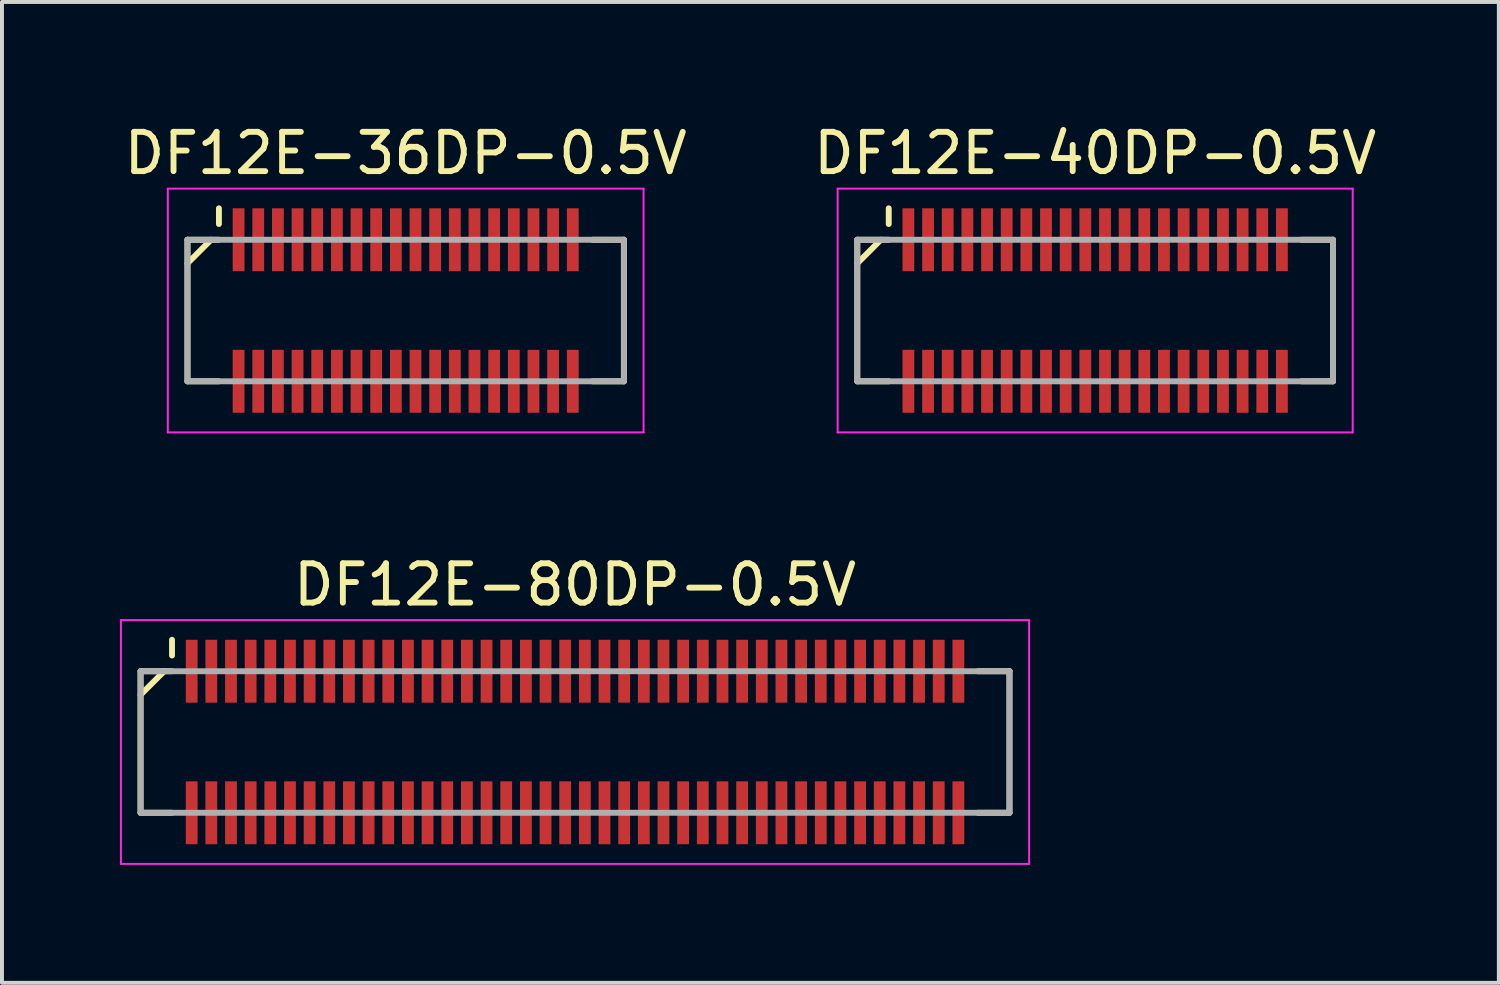
<source format=kicad_pcb>
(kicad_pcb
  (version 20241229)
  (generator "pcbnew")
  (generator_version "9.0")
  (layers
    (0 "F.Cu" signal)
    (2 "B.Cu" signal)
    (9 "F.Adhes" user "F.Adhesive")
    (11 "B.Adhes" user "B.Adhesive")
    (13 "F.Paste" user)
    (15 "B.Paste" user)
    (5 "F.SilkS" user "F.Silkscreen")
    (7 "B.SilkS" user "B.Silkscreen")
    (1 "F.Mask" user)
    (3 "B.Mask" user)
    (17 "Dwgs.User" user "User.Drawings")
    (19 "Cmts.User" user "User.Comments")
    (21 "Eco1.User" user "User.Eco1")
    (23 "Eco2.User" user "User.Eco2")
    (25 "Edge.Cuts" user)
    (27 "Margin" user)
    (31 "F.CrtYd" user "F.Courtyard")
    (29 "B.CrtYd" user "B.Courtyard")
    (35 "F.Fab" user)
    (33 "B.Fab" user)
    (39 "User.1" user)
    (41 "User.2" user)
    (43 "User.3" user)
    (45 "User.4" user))
  (footprint "DF12E-36DP-0.5V"
    (layer "F.Cu")
    (at 7.268 4.848)
    (property "Reference" "DF12E-36DP-0.5V" (at 0 -4 0) (layer "F.SilkS") (effects (font (size 1 1) (thickness 0.15))))
    (attr smd)
    (fp_line (start -5.55 -1.8) (end -5.55 1.8) (stroke (width 0.15) (type solid)) (layer "F.SilkS"))
    (fp_line (start -5.55 -1.8) (end -4.75 -1.8) (stroke (width 0.15) (type solid)) (layer "F.SilkS"))
    (fp_line (start -5.55 1.8) (end -4.75 1.8) (stroke (width 0.15) (type solid)) (layer "F.SilkS"))
    (fp_line (start -4.95 -1.8) (end -5.55 -1.2) (stroke (width 0.15) (type solid)) (layer "F.SilkS"))
    (fp_line (start -4.75 -2.6) (end -4.75 -2.2) (stroke (width 0.15) (type solid)) (layer "F.SilkS"))
    (fp_line (start 4.75 -1.8) (end 5.55 -1.8) (stroke (width 0.15) (type solid)) (layer "F.SilkS"))
    (fp_line (start 4.75 1.8) (end 5.55 1.8) (stroke (width 0.15) (type solid)) (layer "F.SilkS"))
    (fp_line (start 5.55 -1.8) (end 5.55 1.8) (stroke (width 0.15) (type solid)) (layer "F.SilkS"))
    (fp_line (start -6.05 -3.1) (end -6.05 3.1) (stroke (width 0.05) (type solid)) (layer "F.CrtYd"))
    (fp_line (start -6.05 -3.1) (end 6.05 -3.1) (stroke (width 0.05) (type solid)) (layer "F.CrtYd"))
    (fp_line (start -6.05 3.1) (end 6.05 3.1) (stroke (width 0.05) (type solid)) (layer "F.CrtYd"))
    (fp_line (start 6.05 -3.1) (end 6.05 3.1) (stroke (width 0.05) (type solid)) (layer "F.CrtYd"))
    (fp_line (start -5.55 -1.8) (end -5.55 1.8) (stroke (width 0.15) (type solid)) (layer "F.Fab"))
    (fp_line (start -5.55 -1.8) (end 5.55 -1.8) (stroke (width 0.15) (type solid)) (layer "F.Fab"))
    (fp_line (start -5.55 1.8) (end 5.55 1.8) (stroke (width 0.15) (type solid)) (layer "F.Fab"))
    (fp_line (start 5.55 -1.8) (end 5.55 1.8) (stroke (width 0.15) (type solid)) (layer "F.Fab"))
    (pad "1" smd rect (at -4.25 -1.8) (size 0.3 1.6) (layers "F.Cu" "F.Mask" "F.Paste"))
    (pad "2" smd rect (at -4.25 1.8) (size 0.3 1.6) (layers "F.Cu" "F.Mask" "F.Paste"))
    (pad "3" smd rect (at -3.75 -1.8) (size 0.3 1.6) (layers "F.Cu" "F.Mask" "F.Paste"))
    (pad "4" smd rect (at -3.75 1.8) (size 0.3 1.6) (layers "F.Cu" "F.Mask" "F.Paste"))
    (pad "5" smd rect (at -3.25 -1.8) (size 0.3 1.6) (layers "F.Cu" "F.Mask" "F.Paste"))
    (pad "6" smd rect (at -3.25 1.8) (size 0.3 1.6) (layers "F.Cu" "F.Mask" "F.Paste"))
    (pad "7" smd rect (at -2.75 -1.8) (size 0.3 1.6) (layers "F.Cu" "F.Mask" "F.Paste"))
    (pad "8" smd rect (at -2.75 1.8) (size 0.3 1.6) (layers "F.Cu" "F.Mask" "F.Paste"))
    (pad "9" smd rect (at -2.25 -1.8) (size 0.3 1.6) (layers "F.Cu" "F.Mask" "F.Paste"))
    (pad "10" smd rect (at -2.25 1.8) (size 0.3 1.6) (layers "F.Cu" "F.Mask" "F.Paste"))
    (pad "11" smd rect (at -1.75 -1.8) (size 0.3 1.6) (layers "F.Cu" "F.Mask" "F.Paste"))
    (pad "12" smd rect (at -1.75 1.8) (size 0.3 1.6) (layers "F.Cu" "F.Mask" "F.Paste"))
    (pad "13" smd rect (at -1.25 -1.8) (size 0.3 1.6) (layers "F.Cu" "F.Mask" "F.Paste"))
    (pad "14" smd rect (at -1.25 1.8) (size 0.3 1.6) (layers "F.Cu" "F.Mask" "F.Paste"))
    (pad "15" smd rect (at -0.75 -1.8) (size 0.3 1.6) (layers "F.Cu" "F.Mask" "F.Paste"))
    (pad "16" smd rect (at -0.75 1.8) (size 0.3 1.6) (layers "F.Cu" "F.Mask" "F.Paste"))
    (pad "17" smd rect (at -0.25 -1.8) (size 0.3 1.6) (layers "F.Cu" "F.Mask" "F.Paste"))
    (pad "18" smd rect (at -0.25 1.8) (size 0.3 1.6) (layers "F.Cu" "F.Mask" "F.Paste"))
    (pad "19" smd rect (at 0.25 -1.8) (size 0.3 1.6) (layers "F.Cu" "F.Mask" "F.Paste"))
    (pad "20" smd rect (at 0.25 1.8) (size 0.3 1.6) (layers "F.Cu" "F.Mask" "F.Paste"))
    (pad "21" smd rect (at 0.75 -1.8) (size 0.3 1.6) (layers "F.Cu" "F.Mask" "F.Paste"))
    (pad "22" smd rect (at 0.75 1.8) (size 0.3 1.6) (layers "F.Cu" "F.Mask" "F.Paste"))
    (pad "23" smd rect (at 1.25 -1.8) (size 0.3 1.6) (layers "F.Cu" "F.Mask" "F.Paste"))
    (pad "24" smd rect (at 1.25 1.8) (size 0.3 1.6) (layers "F.Cu" "F.Mask" "F.Paste"))
    (pad "25" smd rect (at 1.75 -1.8) (size 0.3 1.6) (layers "F.Cu" "F.Mask" "F.Paste"))
    (pad "26" smd rect (at 1.75 1.8) (size 0.3 1.6) (layers "F.Cu" "F.Mask" "F.Paste"))
    (pad "27" smd rect (at 2.25 -1.8) (size 0.3 1.6) (layers "F.Cu" "F.Mask" "F.Paste"))
    (pad "28" smd rect (at 2.25 1.8) (size 0.3 1.6) (layers "F.Cu" "F.Mask" "F.Paste"))
    (pad "29" smd rect (at 2.75 -1.8) (size 0.3 1.6) (layers "F.Cu" "F.Mask" "F.Paste"))
    (pad "30" smd rect (at 2.75 1.8) (size 0.3 1.6) (layers "F.Cu" "F.Mask" "F.Paste"))
    (pad "31" smd rect (at 3.25 -1.8) (size 0.3 1.6) (layers "F.Cu" "F.Mask" "F.Paste"))
    (pad "32" smd rect (at 3.25 1.8) (size 0.3 1.6) (layers "F.Cu" "F.Mask" "F.Paste"))
    (pad "33" smd rect (at 3.75 -1.8) (size 0.3 1.6) (layers "F.Cu" "F.Mask" "F.Paste"))
    (pad "34" smd rect (at 3.75 1.8) (size 0.3 1.6) (layers "F.Cu" "F.Mask" "F.Paste"))
    (pad "35" smd rect (at 4.25 -1.8) (size 0.3 1.6) (layers "F.Cu" "F.Mask" "F.Paste"))
    (pad "36" smd rect (at 4.25 1.8) (size 0.3 1.6) (layers "F.Cu" "F.Mask" "F.Paste")))
  (footprint "DF12E-40DP-0.5V"
    (layer "F.Cu")
    (at 24.804 4.848)
    (property "Reference" "DF12E-40DP-0.5V" (at 0 -4 0) (layer "F.SilkS") (effects (font (size 1 1) (thickness 0.15))))
    (attr smd)
    (fp_line (start -6.05 -1.8) (end -6.05 1.8) (stroke (width 0.15) (type solid)) (layer "F.SilkS"))
    (fp_line (start -6.05 -1.8) (end -5.25 -1.8) (stroke (width 0.15) (type solid)) (layer "F.SilkS"))
    (fp_line (start -6.05 1.8) (end -5.25 1.8) (stroke (width 0.15) (type solid)) (layer "F.SilkS"))
    (fp_line (start -5.45 -1.8) (end -6.05 -1.2) (stroke (width 0.15) (type solid)) (layer "F.SilkS"))
    (fp_line (start -5.25 -2.6) (end -5.25 -2.2) (stroke (width 0.15) (type solid)) (layer "F.SilkS"))
    (fp_line (start 5.25 -1.8) (end 6.05 -1.8) (stroke (width 0.15) (type solid)) (layer "F.SilkS"))
    (fp_line (start 5.25 1.8) (end 6.05 1.8) (stroke (width 0.15) (type solid)) (layer "F.SilkS"))
    (fp_line (start 6.05 -1.8) (end 6.05 1.8) (stroke (width 0.15) (type solid)) (layer "F.SilkS"))
    (fp_line (start -6.55 -3.1) (end -6.55 3.1) (stroke (width 0.05) (type solid)) (layer "F.CrtYd"))
    (fp_line (start -6.55 -3.1) (end 6.55 -3.1) (stroke (width 0.05) (type solid)) (layer "F.CrtYd"))
    (fp_line (start -6.55 3.1) (end 6.55 3.1) (stroke (width 0.05) (type solid)) (layer "F.CrtYd"))
    (fp_line (start 6.55 -3.1) (end 6.55 3.1) (stroke (width 0.05) (type solid)) (layer "F.CrtYd"))
    (fp_line (start -6.05 -1.8) (end -6.05 1.8) (stroke (width 0.15) (type solid)) (layer "F.Fab"))
    (fp_line (start -6.05 -1.8) (end 6.05 -1.8) (stroke (width 0.15) (type solid)) (layer "F.Fab"))
    (fp_line (start -6.05 1.8) (end 6.05 1.8) (stroke (width 0.15) (type solid)) (layer "F.Fab"))
    (fp_line (start 6.05 -1.8) (end 6.05 1.8) (stroke (width 0.15) (type solid)) (layer "F.Fab"))
    (pad "1" smd rect (at -4.75 -1.8) (size 0.3 1.6) (layers "F.Cu" "F.Mask" "F.Paste"))
    (pad "2" smd rect (at -4.75 1.8) (size 0.3 1.6) (layers "F.Cu" "F.Mask" "F.Paste"))
    (pad "3" smd rect (at -4.25 -1.8) (size 0.3 1.6) (layers "F.Cu" "F.Mask" "F.Paste"))
    (pad "4" smd rect (at -4.25 1.8) (size 0.3 1.6) (layers "F.Cu" "F.Mask" "F.Paste"))
    (pad "5" smd rect (at -3.75 -1.8) (size 0.3 1.6) (layers "F.Cu" "F.Mask" "F.Paste"))
    (pad "6" smd rect (at -3.75 1.8) (size 0.3 1.6) (layers "F.Cu" "F.Mask" "F.Paste"))
    (pad "7" smd rect (at -3.25 -1.8) (size 0.3 1.6) (layers "F.Cu" "F.Mask" "F.Paste"))
    (pad "8" smd rect (at -3.25 1.8) (size 0.3 1.6) (layers "F.Cu" "F.Mask" "F.Paste"))
    (pad "9" smd rect (at -2.75 -1.8) (size 0.3 1.6) (layers "F.Cu" "F.Mask" "F.Paste"))
    (pad "10" smd rect (at -2.75 1.8) (size 0.3 1.6) (layers "F.Cu" "F.Mask" "F.Paste"))
    (pad "11" smd rect (at -2.25 -1.8) (size 0.3 1.6) (layers "F.Cu" "F.Mask" "F.Paste"))
    (pad "12" smd rect (at -2.25 1.8) (size 0.3 1.6) (layers "F.Cu" "F.Mask" "F.Paste"))
    (pad "13" smd rect (at -1.75 -1.8) (size 0.3 1.6) (layers "F.Cu" "F.Mask" "F.Paste"))
    (pad "14" smd rect (at -1.75 1.8) (size 0.3 1.6) (layers "F.Cu" "F.Mask" "F.Paste"))
    (pad "15" smd rect (at -1.25 -1.8) (size 0.3 1.6) (layers "F.Cu" "F.Mask" "F.Paste"))
    (pad "16" smd rect (at -1.25 1.8) (size 0.3 1.6) (layers "F.Cu" "F.Mask" "F.Paste"))
    (pad "17" smd rect (at -0.75 -1.8) (size 0.3 1.6) (layers "F.Cu" "F.Mask" "F.Paste"))
    (pad "18" smd rect (at -0.75 1.8) (size 0.3 1.6) (layers "F.Cu" "F.Mask" "F.Paste"))
    (pad "19" smd rect (at -0.25 -1.8) (size 0.3 1.6) (layers "F.Cu" "F.Mask" "F.Paste"))
    (pad "20" smd rect (at -0.25 1.8) (size 0.3 1.6) (layers "F.Cu" "F.Mask" "F.Paste"))
    (pad "21" smd rect (at 0.25 -1.8) (size 0.3 1.6) (layers "F.Cu" "F.Mask" "F.Paste"))
    (pad "22" smd rect (at 0.25 1.8) (size 0.3 1.6) (layers "F.Cu" "F.Mask" "F.Paste"))
    (pad "23" smd rect (at 0.75 -1.8) (size 0.3 1.6) (layers "F.Cu" "F.Mask" "F.Paste"))
    (pad "24" smd rect (at 0.75 1.8) (size 0.3 1.6) (layers "F.Cu" "F.Mask" "F.Paste"))
    (pad "25" smd rect (at 1.25 -1.8) (size 0.3 1.6) (layers "F.Cu" "F.Mask" "F.Paste"))
    (pad "26" smd rect (at 1.25 1.8) (size 0.3 1.6) (layers "F.Cu" "F.Mask" "F.Paste"))
    (pad "27" smd rect (at 1.75 -1.8) (size 0.3 1.6) (layers "F.Cu" "F.Mask" "F.Paste"))
    (pad "28" smd rect (at 1.75 1.8) (size 0.3 1.6) (layers "F.Cu" "F.Mask" "F.Paste"))
    (pad "29" smd rect (at 2.25 -1.8) (size 0.3 1.6) (layers "F.Cu" "F.Mask" "F.Paste"))
    (pad "30" smd rect (at 2.25 1.8) (size 0.3 1.6) (layers "F.Cu" "F.Mask" "F.Paste"))
    (pad "31" smd rect (at 2.75 -1.8) (size 0.3 1.6) (layers "F.Cu" "F.Mask" "F.Paste"))
    (pad "32" smd rect (at 2.75 1.8) (size 0.3 1.6) (layers "F.Cu" "F.Mask" "F.Paste"))
    (pad "33" smd rect (at 3.25 -1.8) (size 0.3 1.6) (layers "F.Cu" "F.Mask" "F.Paste"))
    (pad "34" smd rect (at 3.25 1.8) (size 0.3 1.6) (layers "F.Cu" "F.Mask" "F.Paste"))
    (pad "35" smd rect (at 3.75 -1.8) (size 0.3 1.6) (layers "F.Cu" "F.Mask" "F.Paste"))
    (pad "36" smd rect (at 3.75 1.8) (size 0.3 1.6) (layers "F.Cu" "F.Mask" "F.Paste"))
    (pad "37" smd rect (at 4.25 -1.8) (size 0.3 1.6) (layers "F.Cu" "F.Mask" "F.Paste"))
    (pad "38" smd rect (at 4.25 1.8) (size 0.3 1.6) (layers "F.Cu" "F.Mask" "F.Paste"))
    (pad "39" smd rect (at 4.75 -1.8) (size 0.3 1.6) (layers "F.Cu" "F.Mask" "F.Paste"))
    (pad "40" smd rect (at 4.75 1.8) (size 0.3 1.6) (layers "F.Cu" "F.Mask" "F.Paste")))
  (footprint "DF12E-80DP-0.5V"
    (layer "F.Cu")
    (at 11.575 15.822)
    (property "Reference" "DF12E-80DP-0.5V" (at 0 -4 0) (layer "F.SilkS") (effects (font (size 1 1) (thickness 0.15))))
    (attr smd)
    (fp_line (start -11.05 -1.8) (end -11.05 1.8) (stroke (width 0.15) (type solid)) (layer "F.SilkS"))
    (fp_line (start -11.05 -1.8) (end -10.25 -1.8) (stroke (width 0.15) (type solid)) (layer "F.SilkS"))
    (fp_line (start -11.05 1.8) (end -10.25 1.8) (stroke (width 0.15) (type solid)) (layer "F.SilkS"))
    (fp_line (start -10.45 -1.8) (end -11.05 -1.2) (stroke (width 0.15) (type solid)) (layer "F.SilkS"))
    (fp_line (start -10.25 -2.6) (end -10.25 -2.2) (stroke (width 0.15) (type solid)) (layer "F.SilkS"))
    (fp_line (start 10.25 -1.8) (end 11.05 -1.8) (stroke (width 0.15) (type solid)) (layer "F.SilkS"))
    (fp_line (start 10.25 1.8) (end 11.05 1.8) (stroke (width 0.15) (type solid)) (layer "F.SilkS"))
    (fp_line (start 11.05 -1.8) (end 11.05 1.8) (stroke (width 0.15) (type solid)) (layer "F.SilkS"))
    (fp_line (start -11.55 -3.1) (end -11.55 3.1) (stroke (width 0.05) (type solid)) (layer "F.CrtYd"))
    (fp_line (start -11.55 -3.1) (end 11.55 -3.1) (stroke (width 0.05) (type solid)) (layer "F.CrtYd"))
    (fp_line (start -11.55 3.1) (end 11.55 3.1) (stroke (width 0.05) (type solid)) (layer "F.CrtYd"))
    (fp_line (start 11.55 -3.1) (end 11.55 3.1) (stroke (width 0.05) (type solid)) (layer "F.CrtYd"))
    (fp_line (start -11.05 -1.8) (end -11.05 1.8) (stroke (width 0.15) (type solid)) (layer "F.Fab"))
    (fp_line (start -11.05 -1.8) (end 11.05 -1.8) (stroke (width 0.15) (type solid)) (layer "F.Fab"))
    (fp_line (start -11.05 1.8) (end 11.05 1.8) (stroke (width 0.15) (type solid)) (layer "F.Fab"))
    (fp_line (start 11.05 -1.8) (end 11.05 1.8) (stroke (width 0.15) (type solid)) (layer "F.Fab"))
    (pad "1" smd rect (at -9.75 -1.8) (size 0.3 1.6) (layers "F.Cu" "F.Mask" "F.Paste"))
    (pad "2" smd rect (at -9.75 1.8) (size 0.3 1.6) (layers "F.Cu" "F.Mask" "F.Paste"))
    (pad "3" smd rect (at -9.25 -1.8) (size 0.3 1.6) (layers "F.Cu" "F.Mask" "F.Paste"))
    (pad "4" smd rect (at -9.25 1.8) (size 0.3 1.6) (layers "F.Cu" "F.Mask" "F.Paste"))
    (pad "5" smd rect (at -8.75 -1.8) (size 0.3 1.6) (layers "F.Cu" "F.Mask" "F.Paste"))
    (pad "6" smd rect (at -8.75 1.8) (size 0.3 1.6) (layers "F.Cu" "F.Mask" "F.Paste"))
    (pad "7" smd rect (at -8.25 -1.8) (size 0.3 1.6) (layers "F.Cu" "F.Mask" "F.Paste"))
    (pad "8" smd rect (at -8.25 1.8) (size 0.3 1.6) (layers "F.Cu" "F.Mask" "F.Paste"))
    (pad "9" smd rect (at -7.75 -1.8) (size 0.3 1.6) (layers "F.Cu" "F.Mask" "F.Paste"))
    (pad "10" smd rect (at -7.75 1.8) (size 0.3 1.6) (layers "F.Cu" "F.Mask" "F.Paste"))
    (pad "11" smd rect (at -7.25 -1.8) (size 0.3 1.6) (layers "F.Cu" "F.Mask" "F.Paste"))
    (pad "12" smd rect (at -7.25 1.8) (size 0.3 1.6) (layers "F.Cu" "F.Mask" "F.Paste"))
    (pad "13" smd rect (at -6.75 -1.8) (size 0.3 1.6) (layers "F.Cu" "F.Mask" "F.Paste"))
    (pad "14" smd rect (at -6.75 1.8) (size 0.3 1.6) (layers "F.Cu" "F.Mask" "F.Paste"))
    (pad "15" smd rect (at -6.25 -1.8) (size 0.3 1.6) (layers "F.Cu" "F.Mask" "F.Paste"))
    (pad "16" smd rect (at -6.25 1.8) (size 0.3 1.6) (layers "F.Cu" "F.Mask" "F.Paste"))
    (pad "17" smd rect (at -5.75 -1.8) (size 0.3 1.6) (layers "F.Cu" "F.Mask" "F.Paste"))
    (pad "18" smd rect (at -5.75 1.8) (size 0.3 1.6) (layers "F.Cu" "F.Mask" "F.Paste"))
    (pad "19" smd rect (at -5.25 -1.8) (size 0.3 1.6) (layers "F.Cu" "F.Mask" "F.Paste"))
    (pad "20" smd rect (at -5.25 1.8) (size 0.3 1.6) (layers "F.Cu" "F.Mask" "F.Paste"))
    (pad "21" smd rect (at -4.75 -1.8) (size 0.3 1.6) (layers "F.Cu" "F.Mask" "F.Paste"))
    (pad "22" smd rect (at -4.75 1.8) (size 0.3 1.6) (layers "F.Cu" "F.Mask" "F.Paste"))
    (pad "23" smd rect (at -4.25 -1.8) (size 0.3 1.6) (layers "F.Cu" "F.Mask" "F.Paste"))
    (pad "24" smd rect (at -4.25 1.8) (size 0.3 1.6) (layers "F.Cu" "F.Mask" "F.Paste"))
    (pad "25" smd rect (at -3.75 -1.8) (size 0.3 1.6) (layers "F.Cu" "F.Mask" "F.Paste"))
    (pad "26" smd rect (at -3.75 1.8) (size 0.3 1.6) (layers "F.Cu" "F.Mask" "F.Paste"))
    (pad "27" smd rect (at -3.25 -1.8) (size 0.3 1.6) (layers "F.Cu" "F.Mask" "F.Paste"))
    (pad "28" smd rect (at -3.25 1.8) (size 0.3 1.6) (layers "F.Cu" "F.Mask" "F.Paste"))
    (pad "29" smd rect (at -2.75 -1.8) (size 0.3 1.6) (layers "F.Cu" "F.Mask" "F.Paste"))
    (pad "30" smd rect (at -2.75 1.8) (size 0.3 1.6) (layers "F.Cu" "F.Mask" "F.Paste"))
    (pad "31" smd rect (at -2.25 -1.8) (size 0.3 1.6) (layers "F.Cu" "F.Mask" "F.Paste"))
    (pad "32" smd rect (at -2.25 1.8) (size 0.3 1.6) (layers "F.Cu" "F.Mask" "F.Paste"))
    (pad "33" smd rect (at -1.75 -1.8) (size 0.3 1.6) (layers "F.Cu" "F.Mask" "F.Paste"))
    (pad "34" smd rect (at -1.75 1.8) (size 0.3 1.6) (layers "F.Cu" "F.Mask" "F.Paste"))
    (pad "35" smd rect (at -1.25 -1.8) (size 0.3 1.6) (layers "F.Cu" "F.Mask" "F.Paste"))
    (pad "36" smd rect (at -1.25 1.8) (size 0.3 1.6) (layers "F.Cu" "F.Mask" "F.Paste"))
    (pad "37" smd rect (at -0.75 -1.8) (size 0.3 1.6) (layers "F.Cu" "F.Mask" "F.Paste"))
    (pad "38" smd rect (at -0.75 1.8) (size 0.3 1.6) (layers "F.Cu" "F.Mask" "F.Paste"))
    (pad "39" smd rect (at -0.25 -1.8) (size 0.3 1.6) (layers "F.Cu" "F.Mask" "F.Paste"))
    (pad "40" smd rect (at -0.25 1.8) (size 0.3 1.6) (layers "F.Cu" "F.Mask" "F.Paste"))
    (pad "41" smd rect (at 0.25 -1.8) (size 0.3 1.6) (layers "F.Cu" "F.Mask" "F.Paste"))
    (pad "42" smd rect (at 0.25 1.8) (size 0.3 1.6) (layers "F.Cu" "F.Mask" "F.Paste"))
    (pad "43" smd rect (at 0.75 -1.8) (size 0.3 1.6) (layers "F.Cu" "F.Mask" "F.Paste"))
    (pad "44" smd rect (at 0.75 1.8) (size 0.3 1.6) (layers "F.Cu" "F.Mask" "F.Paste"))
    (pad "45" smd rect (at 1.25 -1.8) (size 0.3 1.6) (layers "F.Cu" "F.Mask" "F.Paste"))
    (pad "46" smd rect (at 1.25 1.8) (size 0.3 1.6) (layers "F.Cu" "F.Mask" "F.Paste"))
    (pad "47" smd rect (at 1.75 -1.8) (size 0.3 1.6) (layers "F.Cu" "F.Mask" "F.Paste"))
    (pad "48" smd rect (at 1.75 1.8) (size 0.3 1.6) (layers "F.Cu" "F.Mask" "F.Paste"))
    (pad "49" smd rect (at 2.25 -1.8) (size 0.3 1.6) (layers "F.Cu" "F.Mask" "F.Paste"))
    (pad "50" smd rect (at 2.25 1.8) (size 0.3 1.6) (layers "F.Cu" "F.Mask" "F.Paste"))
    (pad "51" smd rect (at 2.75 -1.8) (size 0.3 1.6) (layers "F.Cu" "F.Mask" "F.Paste"))
    (pad "52" smd rect (at 2.75 1.8) (size 0.3 1.6) (layers "F.Cu" "F.Mask" "F.Paste"))
    (pad "53" smd rect (at 3.25 -1.8) (size 0.3 1.6) (layers "F.Cu" "F.Mask" "F.Paste"))
    (pad "54" smd rect (at 3.25 1.8) (size 0.3 1.6) (layers "F.Cu" "F.Mask" "F.Paste"))
    (pad "55" smd rect (at 3.75 -1.8) (size 0.3 1.6) (layers "F.Cu" "F.Mask" "F.Paste"))
    (pad "56" smd rect (at 3.75 1.8) (size 0.3 1.6) (layers "F.Cu" "F.Mask" "F.Paste"))
    (pad "57" smd rect (at 4.25 -1.8) (size 0.3 1.6) (layers "F.Cu" "F.Mask" "F.Paste"))
    (pad "58" smd rect (at 4.25 1.8) (size 0.3 1.6) (layers "F.Cu" "F.Mask" "F.Paste"))
    (pad "59" smd rect (at 4.75 -1.8) (size 0.3 1.6) (layers "F.Cu" "F.Mask" "F.Paste"))
    (pad "60" smd rect (at 4.75 1.8) (size 0.3 1.6) (layers "F.Cu" "F.Mask" "F.Paste"))
    (pad "61" smd rect (at 5.25 -1.8) (size 0.3 1.6) (layers "F.Cu" "F.Mask" "F.Paste"))
    (pad "62" smd rect (at 5.25 1.8) (size 0.3 1.6) (layers "F.Cu" "F.Mask" "F.Paste"))
    (pad "63" smd rect (at 5.75 -1.8) (size 0.3 1.6) (layers "F.Cu" "F.Mask" "F.Paste"))
    (pad "64" smd rect (at 5.75 1.8) (size 0.3 1.6) (layers "F.Cu" "F.Mask" "F.Paste"))
    (pad "65" smd rect (at 6.25 -1.8) (size 0.3 1.6) (layers "F.Cu" "F.Mask" "F.Paste"))
    (pad "66" smd rect (at 6.25 1.8) (size 0.3 1.6) (layers "F.Cu" "F.Mask" "F.Paste"))
    (pad "67" smd rect (at 6.75 -1.8) (size 0.3 1.6) (layers "F.Cu" "F.Mask" "F.Paste"))
    (pad "68" smd rect (at 6.75 1.8) (size 0.3 1.6) (layers "F.Cu" "F.Mask" "F.Paste"))
    (pad "69" smd rect (at 7.25 -1.8) (size 0.3 1.6) (layers "F.Cu" "F.Mask" "F.Paste"))
    (pad "70" smd rect (at 7.25 1.8) (size 0.3 1.6) (layers "F.Cu" "F.Mask" "F.Paste"))
    (pad "71" smd rect (at 7.75 -1.8) (size 0.3 1.6) (layers "F.Cu" "F.Mask" "F.Paste"))
    (pad "72" smd rect (at 7.75 1.8) (size 0.3 1.6) (layers "F.Cu" "F.Mask" "F.Paste"))
    (pad "73" smd rect (at 8.25 -1.8) (size 0.3 1.6) (layers "F.Cu" "F.Mask" "F.Paste"))
    (pad "74" smd rect (at 8.25 1.8) (size 0.3 1.6) (layers "F.Cu" "F.Mask" "F.Paste"))
    (pad "75" smd rect (at 8.75 -1.8) (size 0.3 1.6) (layers "F.Cu" "F.Mask" "F.Paste"))
    (pad "76" smd rect (at 8.75 1.8) (size 0.3 1.6) (layers "F.Cu" "F.Mask" "F.Paste"))
    (pad "77" smd rect (at 9.25 -1.8) (size 0.3 1.6) (layers "F.Cu" "F.Mask" "F.Paste"))
    (pad "78" smd rect (at 9.25 1.8) (size 0.3 1.6) (layers "F.Cu" "F.Mask" "F.Paste"))
    (pad "79" smd rect (at 9.75 -1.8) (size 0.3 1.6) (layers "F.Cu" "F.Mask" "F.Paste"))
    (pad "80" smd rect (at 9.75 1.8) (size 0.3 1.6) (layers "F.Cu" "F.Mask" "F.Paste")))
  (gr_rect
    (start -3 -3)
    (end 35.071 21.947)
    (stroke (width 0.1) (type default))
    (fill no)
    (layer "Edge.Cuts")))
</source>
